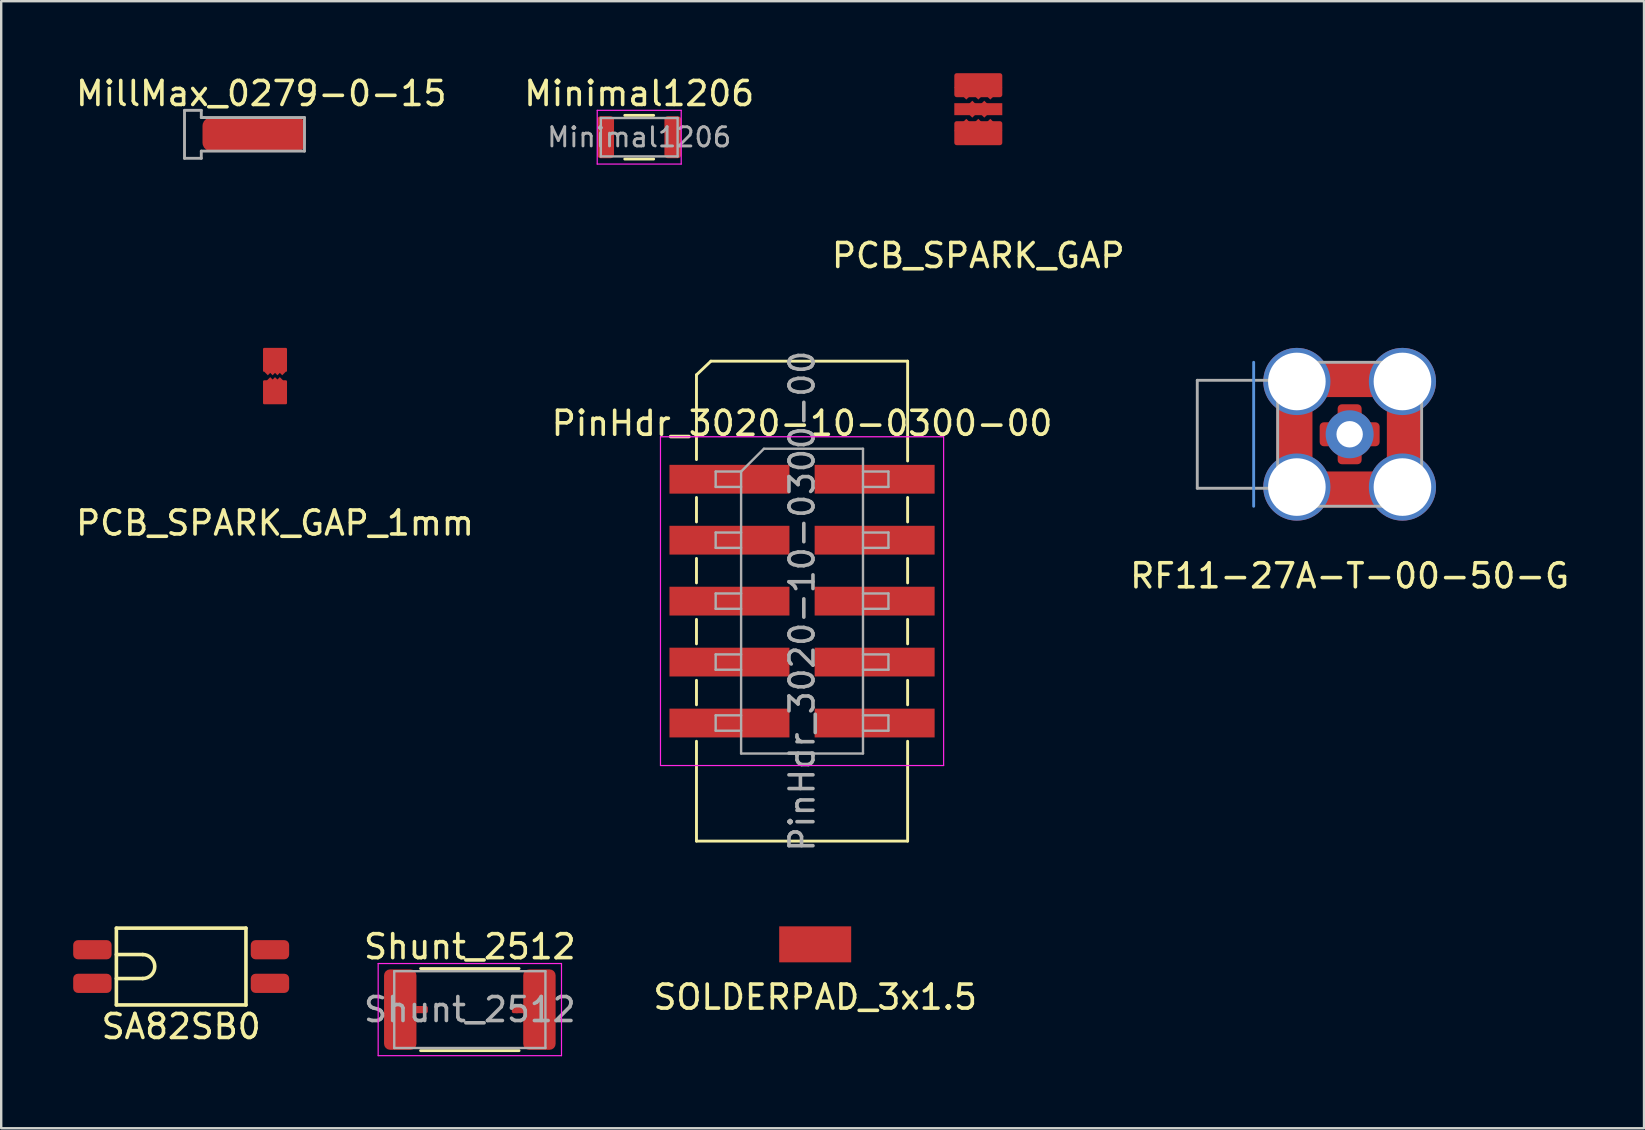
<source format=kicad_pcb>
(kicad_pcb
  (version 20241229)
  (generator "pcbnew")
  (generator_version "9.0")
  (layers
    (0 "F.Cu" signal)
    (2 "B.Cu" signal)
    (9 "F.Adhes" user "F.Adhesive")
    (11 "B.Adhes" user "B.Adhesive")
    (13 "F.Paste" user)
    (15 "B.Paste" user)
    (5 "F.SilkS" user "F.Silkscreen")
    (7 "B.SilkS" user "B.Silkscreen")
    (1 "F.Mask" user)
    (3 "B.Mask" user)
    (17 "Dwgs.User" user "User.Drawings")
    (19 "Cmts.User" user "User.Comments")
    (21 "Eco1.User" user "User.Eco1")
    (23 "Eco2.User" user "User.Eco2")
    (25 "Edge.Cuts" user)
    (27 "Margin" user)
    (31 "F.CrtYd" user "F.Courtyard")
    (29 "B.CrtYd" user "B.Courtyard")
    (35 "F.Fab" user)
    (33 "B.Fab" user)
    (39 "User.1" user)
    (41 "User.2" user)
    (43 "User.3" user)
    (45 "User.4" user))
  (footprint "PCB_SPARK_GAP_1mm"
    (layer "F.Cu")
    (at 8.411 12.648)
    (property "Reference" "PCB_SPARK_GAP_1mm" (at 0 6.1 0) (layer "F.SilkS") (effects (font (size 1 1) (thickness 0.15))))
    (attr through_hole)
    (fp_poly (pts (xy 0.5 0.25) (xy -0.5 0.25) (xy -0.5 -0.3) (xy 0.5 -0.3)) (stroke (width 0.01) (type solid)) (fill yes) (layer "F.Mask"))
    (pad "1" smd rect (at -0.2 0.16 45) (size 0.2 0.2) (layers "F.Cu"))
    (pad "1" smd rect (at 0 0.16 45) (size 0.2 0.2) (layers "F.Cu"))
    (pad "1" smd roundrect (at 0 0.65) (size 1 1) (layers "F.Cu") (roundrect_rratio 0.05))
    (pad "1" smd rect (at 0.2 0.16 45) (size 0.2 0.2) (layers "F.Cu"))
    (pad "2" smd rect (at -0.3 -0.2 45) (size 0.2 0.2) (layers "F.Cu"))
    (pad "2" smd rect (at -0.1 -0.2 45) (size 0.2 0.2) (layers "F.Cu"))
    (pad "2" smd roundrect (at 0 -0.7) (size 1 1) (layers "F.Cu") (roundrect_rratio 0.05))
    (pad "2" smd rect (at 0.1 -0.2 45) (size 0.2 0.2) (layers "F.Cu"))
    (pad "2" smd rect (at 0.3 -0.2 45) (size 0.2 0.2) (layers "F.Cu")))
  (footprint "Minimal1206"
    (layer "F.Cu")
    (at 23.589 2.668)
    (property "Reference" "Minimal1206" (at 0 -1.82 0) (layer "F.SilkS") (effects (font (size 1 1) (thickness 0.15))))
    (attr smd)
    (fp_line (start -0.602 -0.91) (end 0.602 -0.91) (stroke (width 0.12) (type solid)) (layer "F.SilkS"))
    (fp_line (start -0.602 0.91) (end 0.602 0.91) (stroke (width 0.12) (type solid)) (layer "F.SilkS"))
    (fp_line (start -1.75 -1.12) (end 1.75 -1.12) (stroke (width 0.05) (type solid)) (layer "F.CrtYd"))
    (fp_line (start -1.75 1.12) (end -1.75 -1.12) (stroke (width 0.05) (type solid)) (layer "F.CrtYd"))
    (fp_line (start 1.75 -1.12) (end 1.75 1.12) (stroke (width 0.05) (type solid)) (layer "F.CrtYd"))
    (fp_line (start 1.75 1.12) (end -1.75 1.12) (stroke (width 0.05) (type solid)) (layer "F.CrtYd"))
    (fp_line (start -1.6 -0.8) (end 1.6 -0.8) (stroke (width 0.1) (type solid)) (layer "F.Fab"))
    (fp_line (start -1.6 0.8) (end -1.6 -0.8) (stroke (width 0.1) (type solid)) (layer "F.Fab"))
    (fp_line (start 1.6 -0.8) (end 1.6 0.8) (stroke (width 0.1) (type solid)) (layer "F.Fab"))
    (fp_line (start 1.6 0.8) (end -1.6 0.8) (stroke (width 0.1) (type solid)) (layer "F.Fab"))
    (fp_text user "${REFERENCE}" (at 0 0 0) (layer "F.Fab") (effects (font (size 0.8 0.8) (thickness 0.12))))
    (pad "1" smd roundrect (at -1.4 0) (size 0.7 1.75) (layers "F.Cu" "F.Mask" "F.Paste") (roundrect_rratio 0.2))
    (pad "2" smd roundrect (at 1.4 0) (size 0.7 1.75) (layers "F.Cu" "F.Mask" "F.Paste") (roundrect_rratio 0.2)))
  (footprint "PinHdr_3020-10-0300-00"
    (layer "F.Cu")
    (at 30.375 22.002)
    (property "Reference" "PinHdr_3020-10-0300-00" (at 0 -7.41 0) (layer "F.SilkS") (effects (font (size 1 1) (thickness 0.15))))
    (attr smd)
    (fp_line (start -4.4 -9.43) (end -4.4 -5.9) (stroke (width 0.12) (type solid)) (layer "F.SilkS"))
    (fp_line (start -4.4 -4.32) (end -4.4 -3.3) (stroke (width 0.12) (type solid)) (layer "F.SilkS"))
    (fp_line (start -4.4 -1.78) (end -4.4 -0.76) (stroke (width 0.12) (type solid)) (layer "F.SilkS"))
    (fp_line (start -4.4 0.76) (end -4.4 1.78) (stroke (width 0.12) (type solid)) (layer "F.SilkS"))
    (fp_line (start -4.4 3.3) (end -4.4 4.32) (stroke (width 0.12) (type solid)) (layer "F.SilkS"))
    (fp_line (start -4.4 5.84) (end -4.4 10) (stroke (width 0.12) (type solid)) (layer "F.SilkS"))
    (fp_line (start -4.4 10) (end 4.4 10) (stroke (width 0.12) (type solid)) (layer "F.SilkS"))
    (fp_line (start -3.8 -10) (end -4.4 -9.43) (stroke (width 0.12) (type solid)) (layer "F.SilkS"))
    (fp_line (start -3.8 -10) (end 4.4 -10) (stroke (width 0.12) (type solid)) (layer "F.SilkS"))
    (fp_line (start 4.4 -10) (end 4.4 -5.84) (stroke (width 0.12) (type solid)) (layer "F.SilkS"))
    (fp_line (start 4.4 -4.32) (end 4.4 -3.3) (stroke (width 0.12) (type solid)) (layer "F.SilkS"))
    (fp_line (start 4.4 -1.78) (end 4.4 -0.76) (stroke (width 0.12) (type solid)) (layer "F.SilkS"))
    (fp_line (start 4.4 0.76) (end 4.4 1.78) (stroke (width 0.12) (type solid)) (layer "F.SilkS"))
    (fp_line (start 4.4 3.3) (end 4.4 4.32) (stroke (width 0.12) (type solid)) (layer "F.SilkS"))
    (fp_line (start 4.4 5.84) (end 4.4 10) (stroke (width 0.12) (type solid)) (layer "F.SilkS"))
    (fp_line (start -5.9 -6.85) (end -5.9 6.85) (stroke (width 0.05) (type solid)) (layer "F.CrtYd"))
    (fp_line (start -5.9 6.85) (end 5.9 6.85) (stroke (width 0.05) (type solid)) (layer "F.CrtYd"))
    (fp_line (start 5.9 -6.85) (end -5.9 -6.85) (stroke (width 0.05) (type solid)) (layer "F.CrtYd"))
    (fp_line (start 5.9 6.85) (end 5.9 -6.85) (stroke (width 0.05) (type solid)) (layer "F.CrtYd"))
    (fp_line (start -3.6 -5.4) (end -3.6 -4.76) (stroke (width 0.1) (type solid)) (layer "F.Fab"))
    (fp_line (start -3.6 -4.76) (end -2.54 -4.76) (stroke (width 0.1) (type solid)) (layer "F.Fab"))
    (fp_line (start -3.6 -2.86) (end -3.6 -2.22) (stroke (width 0.1) (type solid)) (layer "F.Fab"))
    (fp_line (start -3.6 -2.22) (end -2.54 -2.22) (stroke (width 0.1) (type solid)) (layer "F.Fab"))
    (fp_line (start -3.6 -0.32) (end -3.6 0.32) (stroke (width 0.1) (type solid)) (layer "F.Fab"))
    (fp_line (start -3.6 0.32) (end -2.54 0.32) (stroke (width 0.1) (type solid)) (layer "F.Fab"))
    (fp_line (start -3.6 2.22) (end -3.6 2.86) (stroke (width 0.1) (type solid)) (layer "F.Fab"))
    (fp_line (start -3.6 2.86) (end -2.54 2.86) (stroke (width 0.1) (type solid)) (layer "F.Fab"))
    (fp_line (start -3.6 4.76) (end -3.6 5.4) (stroke (width 0.1) (type solid)) (layer "F.Fab"))
    (fp_line (start -3.6 5.4) (end -2.54 5.4) (stroke (width 0.1) (type solid)) (layer "F.Fab"))
    (fp_line (start -2.54 -5.4) (end -3.6 -5.4) (stroke (width 0.1) (type solid)) (layer "F.Fab"))
    (fp_line (start -2.54 -5.4) (end -1.59 -6.35) (stroke (width 0.1) (type solid)) (layer "F.Fab"))
    (fp_line (start -2.54 -2.86) (end -3.6 -2.86) (stroke (width 0.1) (type solid)) (layer "F.Fab"))
    (fp_line (start -2.54 -0.32) (end -3.6 -0.32) (stroke (width 0.1) (type solid)) (layer "F.Fab"))
    (fp_line (start -2.54 2.22) (end -3.6 2.22) (stroke (width 0.1) (type solid)) (layer "F.Fab"))
    (fp_line (start -2.54 4.76) (end -3.6 4.76) (stroke (width 0.1) (type solid)) (layer "F.Fab"))
    (fp_line (start -2.54 6.35) (end -2.54 -5.4) (stroke (width 0.1) (type solid)) (layer "F.Fab"))
    (fp_line (start -1.59 -6.35) (end 2.54 -6.35) (stroke (width 0.1) (type solid)) (layer "F.Fab"))
    (fp_line (start 2.54 -6.35) (end 2.54 6.35) (stroke (width 0.1) (type solid)) (layer "F.Fab"))
    (fp_line (start 2.54 -5.4) (end 3.6 -5.4) (stroke (width 0.1) (type solid)) (layer "F.Fab"))
    (fp_line (start 2.54 -2.86) (end 3.6 -2.86) (stroke (width 0.1) (type solid)) (layer "F.Fab"))
    (fp_line (start 2.54 -0.32) (end 3.6 -0.32) (stroke (width 0.1) (type solid)) (layer "F.Fab"))
    (fp_line (start 2.54 2.22) (end 3.6 2.22) (stroke (width 0.1) (type solid)) (layer "F.Fab"))
    (fp_line (start 2.54 4.76) (end 3.6 4.76) (stroke (width 0.1) (type solid)) (layer "F.Fab"))
    (fp_line (start 2.54 6.35) (end -2.54 6.35) (stroke (width 0.1) (type solid)) (layer "F.Fab"))
    (fp_line (start 3.6 -5.4) (end 3.6 -4.76) (stroke (width 0.1) (type solid)) (layer "F.Fab"))
    (fp_line (start 3.6 -4.76) (end 2.54 -4.76) (stroke (width 0.1) (type solid)) (layer "F.Fab"))
    (fp_line (start 3.6 -2.86) (end 3.6 -2.22) (stroke (width 0.1) (type solid)) (layer "F.Fab"))
    (fp_line (start 3.6 -2.22) (end 2.54 -2.22) (stroke (width 0.1) (type solid)) (layer "F.Fab"))
    (fp_line (start 3.6 -0.32) (end 3.6 0.32) (stroke (width 0.1) (type solid)) (layer "F.Fab"))
    (fp_line (start 3.6 0.32) (end 2.54 0.32) (stroke (width 0.1) (type solid)) (layer "F.Fab"))
    (fp_line (start 3.6 2.22) (end 3.6 2.86) (stroke (width 0.1) (type solid)) (layer "F.Fab"))
    (fp_line (start 3.6 2.86) (end 2.54 2.86) (stroke (width 0.1) (type solid)) (layer "F.Fab"))
    (fp_line (start 3.6 4.76) (end 3.6 5.4) (stroke (width 0.1) (type solid)) (layer "F.Fab"))
    (fp_line (start 3.6 5.4) (end 2.54 5.4) (stroke (width 0.1) (type solid)) (layer "F.Fab"))
    (fp_text user "${REFERENCE}" (at 0 0 90) (layer "F.Fab") (effects (font (size 1 1) (thickness 0.15))))
    (pad "1" smd rect (at -3.025 -5.08) (size 5 1.2) (layers "F.Cu" "F.Mask" "F.Paste"))
    (pad "2" smd rect (at 3.025 -5.08) (size 5 1.2) (layers "F.Cu" "F.Mask" "F.Paste"))
    (pad "3" smd rect (at -3.025 -2.54) (size 5 1.2) (layers "F.Cu" "F.Mask" "F.Paste"))
    (pad "4" smd rect (at 3.025 -2.54) (size 5 1.2) (layers "F.Cu" "F.Mask" "F.Paste"))
    (pad "5" smd rect (at -3.025 0) (size 5 1.2) (layers "F.Cu" "F.Mask" "F.Paste"))
    (pad "6" smd rect (at 3.025 0) (size 5 1.2) (layers "F.Cu" "F.Mask" "F.Paste"))
    (pad "7" smd rect (at -3.025 2.54) (size 5 1.2) (layers "F.Cu" "F.Mask" "F.Paste"))
    (pad "8" smd rect (at 3.025 2.54) (size 5 1.2) (layers "F.Cu" "F.Mask" "F.Paste"))
    (pad "9" smd rect (at -3.025 5.08) (size 5 1.2) (layers "F.Cu" "F.Mask" "F.Paste"))
    (pad "10" smd rect (at 3.025 5.08) (size 5 1.2) (layers "F.Cu" "F.Mask" "F.Paste")))
  (footprint "SOLDERPAD_3x1.5"
    (layer "F.Cu")
    (at 30.923 36.305)
    (property "Reference" "SOLDERPAD_3x1.5" (at 0 2.2 0) (layer "F.SilkS") (effects (font (size 1 1) (thickness 0.15))))
    (attr through_hole)
    (pad "1" smd rect (at 0 0) (size 3 1.5) (layers "F.Cu" "F.Mask")))
  (footprint "Shunt_2512"
    (layer "F.Cu")
    (at 16.53 39.024)
    (property "Reference" "Shunt_2512" (at 0 -2.62 0) (layer "F.SilkS") (effects (font (size 1 1) (thickness 0.15))))
    (attr smd)
    (fp_line (start -2.35 0) (end -2 0) (stroke (width 0.3) (type solid)) (layer "F.Cu"))
    (fp_line (start 1.95 0) (end 2.3 0) (stroke (width 0.3) (type solid)) (layer "F.Cu"))
    (fp_line (start -2.052 -1.71) (end 2.052 -1.71) (stroke (width 0.12) (type solid)) (layer "F.SilkS"))
    (fp_line (start -2.052 1.71) (end 2.052 1.71) (stroke (width 0.12) (type solid)) (layer "F.SilkS"))
    (fp_line (start -3.82 -1.92) (end 3.82 -1.92) (stroke (width 0.05) (type solid)) (layer "F.CrtYd"))
    (fp_line (start -3.82 1.92) (end -3.82 -1.92) (stroke (width 0.05) (type solid)) (layer "F.CrtYd"))
    (fp_line (start 3.82 -1.92) (end 3.82 1.92) (stroke (width 0.05) (type solid)) (layer "F.CrtYd"))
    (fp_line (start 3.82 1.92) (end -3.82 1.92) (stroke (width 0.05) (type solid)) (layer "F.CrtYd"))
    (fp_line (start -3.15 -1.6) (end 3.15 -1.6) (stroke (width 0.1) (type solid)) (layer "F.Fab"))
    (fp_line (start -3.15 1.6) (end -3.15 -1.6) (stroke (width 0.1) (type solid)) (layer "F.Fab"))
    (fp_line (start 3.15 -1.6) (end 3.15 1.6) (stroke (width 0.1) (type solid)) (layer "F.Fab"))
    (fp_line (start 3.15 1.6) (end -3.15 1.6) (stroke (width 0.1) (type solid)) (layer "F.Fab"))
    (fp_text user "${REFERENCE}" (at 0 0 0) (layer "F.Fab") (effects (font (size 1 1) (thickness 0.15))))
    (pad "1" smd roundrect (at -2.9 0) (size 1.35 3.35) (layers "F.Cu" "F.Mask" "F.Paste") (roundrect_rratio 0.185))
    (pad "2" smd roundrect (at -1.9 0) (size 0.3 0.3) (layers "F.Cu") (roundrect_rratio 0.25))
    (pad "3" smd roundrect (at 1.9 0) (size 0.3 0.3) (layers "F.Cu") (roundrect_rratio 0.25))
    (pad "4" smd roundrect (at 2.9 0) (size 1.35 3.35) (layers "F.Cu" "F.Mask" "F.Paste") (roundrect_rratio 0.185)))
  (footprint "SA82SB0"
    (layer "F.Cu")
    (at 4.5 37.23)
    (property "Reference" "SA82SB0" (at 0 2.5 0) (layer "F.SilkS") (effects (font (size 1 1) (thickness 0.15))))
    (attr through_hole)
    (fp_line (start -2.7 -1.6) (end -2.7 1.6) (stroke (width 0.15) (type solid)) (layer "F.SilkS"))
    (fp_line (start -2.7 1.6) (end 2.7 1.6) (stroke (width 0.15) (type solid)) (layer "F.SilkS"))
    (fp_line (start -1.6 -0.5) (end -2.7 -0.5) (stroke (width 0.15) (type solid)) (layer "F.SilkS"))
    (fp_line (start -1.6 0.5) (end -2.7 0.5) (stroke (width 0.15) (type solid)) (layer "F.SilkS"))
    (fp_line (start 2.7 -1.6) (end -2.7 -1.6) (stroke (width 0.15) (type solid)) (layer "F.SilkS"))
    (fp_line (start 2.7 1.6) (end 2.7 -1.6) (stroke (width 0.15) (type solid)) (layer "F.SilkS"))
    (fp_arc (start -1.6 -0.5) (mid -1.1 0) (end -1.6 0.5) (stroke (width 0.15) (type solid)) (layer "F.SilkS"))
    (pad "1" smd roundrect (at -3.7 -0.7) (size 1.6 0.8) (layers "F.Cu" "F.Mask" "F.Paste") (roundrect_rratio 0.25))
    (pad "1" smd roundrect (at -3.7 0.7) (size 1.6 0.8) (layers "F.Cu" "F.Mask" "F.Paste") (roundrect_rratio 0.25))
    (pad "2" smd roundrect (at 3.7 -0.7) (size 1.6 0.8) (layers "F.Cu" "F.Mask" "F.Paste") (roundrect_rratio 0.25))
    (pad "2" smd roundrect (at 3.7 0.7) (size 1.6 0.8) (layers "F.Cu" "F.Mask" "F.Paste") (roundrect_rratio 0.25)))
  (footprint "MillMax_0279-0-15"
    (layer "F.Cu")
    (at 7.539 2.548)
    (property "Reference" "MillMax_0279-0-15" (at 0.3 -1.7 0) (layer "F.SilkS") (effects (font (size 1 1) (thickness 0.15))))
    (attr through_hole)
    (fp_line (start -2.9 -1) (end -2.9 1) (stroke (width 0.12) (type solid)) (layer "F.Fab"))
    (fp_line (start -2.9 1) (end -2.2 1) (stroke (width 0.12) (type solid)) (layer "F.Fab"))
    (fp_line (start -2.2 -1) (end -2.9 -1) (stroke (width 0.12) (type solid)) (layer "F.Fab"))
    (fp_line (start -2.2 -0.7) (end -2.2 -1) (stroke (width 0.12) (type solid)) (layer "F.Fab"))
    (fp_line (start -2.2 0.7) (end 2.1 0.7) (stroke (width 0.12) (type solid)) (layer "F.Fab"))
    (fp_line (start -2.2 1) (end -2.2 0.7) (stroke (width 0.12) (type solid)) (layer "F.Fab"))
    (fp_line (start -2.1 -0.7) (end -2.2 -0.7) (stroke (width 0.12) (type solid)) (layer "F.Fab"))
    (fp_line (start 2.1 -0.7) (end -2.1 -0.7) (stroke (width 0.12) (type solid)) (layer "F.Fab"))
    (fp_line (start 2.1 0.7) (end 2.1 -0.7) (stroke (width 0.12) (type solid)) (layer "F.Fab"))
    (pad "1" smd roundrect (at 0 0 90) (size 1.4 4.3) (layers "F.Cu" "F.Mask" "F.Paste") (roundrect_rratio 0.25)))
  (footprint "PCB_SPARK_GAP"
    (layer "F.Cu")
    (at 37.72 1.5)
    (property "Reference" "PCB_SPARK_GAP" (at 0 6.1 0) (layer "F.SilkS") (effects (font (size 1 1) (thickness 0.15))))
    (attr through_hole)
    (fp_poly (pts (xy 1 0.65) (xy -1 0.65) (xy -1 -0.65) (xy 1 -0.65)) (stroke (width 0.01) (type solid)) (fill yes) (layer "F.Mask"))
    (pad "1" smd rect (at -0.25 0 225) (size 0.5 0.5) (layers "F.Cu" "F.Mask"))
    (pad "1" smd rect (at 0 0) (size 2 0.5) (layers "F.Cu" "F.Mask"))
    (pad "1" smd rect (at 0.25 0 225) (size 0.5 0.5) (layers "F.Cu" "F.Mask"))
    (pad "2" smd rect (at -0.5 -0.9 45) (size 0.707 0.707) (layers "F.Cu"))
    (pad "2" smd rect (at -0.5 0.9 225) (size 0.707 0.707) (layers "F.Cu"))
    (pad "2" smd roundrect (at 0 -1) (size 2 1) (layers "F.Cu") (roundrect_rratio 0.1))
    (pad "2" smd rect (at 0 -0.9 45) (size 0.707 0.707) (layers "F.Cu"))
    (pad "2" smd rect (at 0 0.9 225) (size 0.707 0.707) (layers "F.Cu"))
    (pad "2" smd roundrect (at 0 1 180) (size 2 1) (layers "F.Cu") (roundrect_rratio 0.1))
    (pad "2" smd rect (at 0.5 -0.9 45) (size 0.707 0.707) (layers "F.Cu"))
    (pad "2" smd rect (at 0.5 0.9 225) (size 0.707 0.707) (layers "F.Cu")))
  (footprint "RF11-27A-T-00-50-G"
    (layer "F.Cu")
    (at 53.196 15.048)
    (property "Reference" "RF11-27A-T-00-50-G" (at 0 5.9 0) (layer "F.SilkS") (effects (font (size 1 1) (thickness 0.15))))
    (attr through_hole)
    (fp_line (start -4 3) (end -4 -3) (stroke (width 0.12) (type solid)) (layer "Cmts.User"))
    (fp_line (start -6.35 -2.25) (end -6.35 2.25) (stroke (width 0.12) (type solid)) (layer "F.Fab"))
    (fp_line (start -6.35 2.25) (end -3 2.25) (stroke (width 0.12) (type solid)) (layer "F.Fab"))
    (fp_line (start -3 -3) (end -3 -2.25) (stroke (width 0.12) (type solid)) (layer "F.Fab"))
    (fp_line (start -3 -2.25) (end -6.35 -2.25) (stroke (width 0.12) (type solid)) (layer "F.Fab"))
    (fp_line (start -3 -1.4) (end -1.4 -1.4) (stroke (width 0.12) (type solid)) (layer "F.Fab"))
    (fp_line (start -3 2.25) (end -3 -2.3) (stroke (width 0.12) (type solid)) (layer "F.Fab"))
    (fp_line (start -3 2.25) (end -3 3) (stroke (width 0.12) (type solid)) (layer "F.Fab"))
    (fp_line (start -3 3) (end 3 3) (stroke (width 0.12) (type solid)) (layer "F.Fab"))
    (fp_line (start -1.4 -1.4) (end -1.4 -3) (stroke (width 0.12) (type solid)) (layer "F.Fab"))
    (fp_line (start -1.4 1.4) (end -3 1.4) (stroke (width 0.12) (type solid)) (layer "F.Fab"))
    (fp_line (start -1.4 3) (end -1.4 1.4) (stroke (width 0.12) (type solid)) (layer "F.Fab"))
    (fp_line (start 1.4 -3) (end 1.4 -1.4) (stroke (width 0.12) (type solid)) (layer "F.Fab"))
    (fp_line (start 1.4 -1.4) (end 3 -1.4) (stroke (width 0.12) (type solid)) (layer "F.Fab"))
    (fp_line (start 1.4 1.4) (end 3 1.4) (stroke (width 0.12) (type solid)) (layer "F.Fab"))
    (fp_line (start 1.4 3) (end 1.4 1.4) (stroke (width 0.12) (type solid)) (layer "F.Fab"))
    (fp_line (start 3 -3) (end -3 -3) (stroke (width 0.12) (type solid)) (layer "F.Fab"))
    (fp_line (start 3 3) (end 3 -3) (stroke (width 0.12) (type solid)) (layer "F.Fab"))
    (pad "1" smd roundrect (at -0.9 0) (size 0.7 1) (layers "F.Cu" "F.Mask" "F.Paste") (roundrect_rratio 0.25))
    (pad "1" smd roundrect (at 0 -0.9 270) (size 0.7 1) (layers "F.Cu" "F.Mask" "F.Paste") (roundrect_rratio 0.25))
    (pad "1" thru_hole circle (at 0 0) (size 2 2) (drill 1.1) (layers "*.Cu" "*.Mask"))
    (pad "1" smd roundrect (at 0 0.9 270) (size 0.7 1) (layers "F.Cu" "F.Mask" "F.Paste") (roundrect_rratio 0.25))
    (pad "1" smd roundrect (at 0.9 0) (size 0.7 1) (layers "F.Cu" "F.Mask" "F.Paste") (roundrect_rratio 0.25))
    (pad "2" smd rect (at -2.3 0 90) (size 2.2 1.5) (layers "F.Cu" "F.Mask" "F.Paste"))
    (pad "2" thru_hole circle (at -2.2 -2.2 90) (size 2.8 2.8) (drill 2.4) (layers "*.Cu" "*.Mask"))
    (pad "2" thru_hole circle (at -2.2 2.2 90) (size 2.8 2.8) (drill 2.4) (layers "*.Cu" "*.Mask"))
    (pad "2" smd rect (at 0 -2.3 180) (size 2.2 1.5) (layers "F.Cu" "F.Mask" "F.Paste"))
    (pad "2" smd rect (at 0 2.3) (size 2.2 1.5) (layers "F.Cu" "F.Mask" "F.Paste"))
    (pad "2" thru_hole circle (at 2.2 -2.2 90) (size 2.8 2.8) (drill 2.4) (layers "*.Cu" "*.Mask"))
    (pad "2" thru_hole circle (at 2.2 2.2 90) (size 2.8 2.8) (drill 2.4) (layers "*.Cu" "*.Mask"))
    (pad "2" smd rect (at 2.3 0 270) (size 2.2 1.5) (layers "F.Cu" "F.Mask" "F.Paste")))
  (gr_rect
    (start -3 -3)
    (end 65.464 43.969)
    (stroke (width 0.1) (type default))
    (fill no)
    (layer "Edge.Cuts")))
</source>
